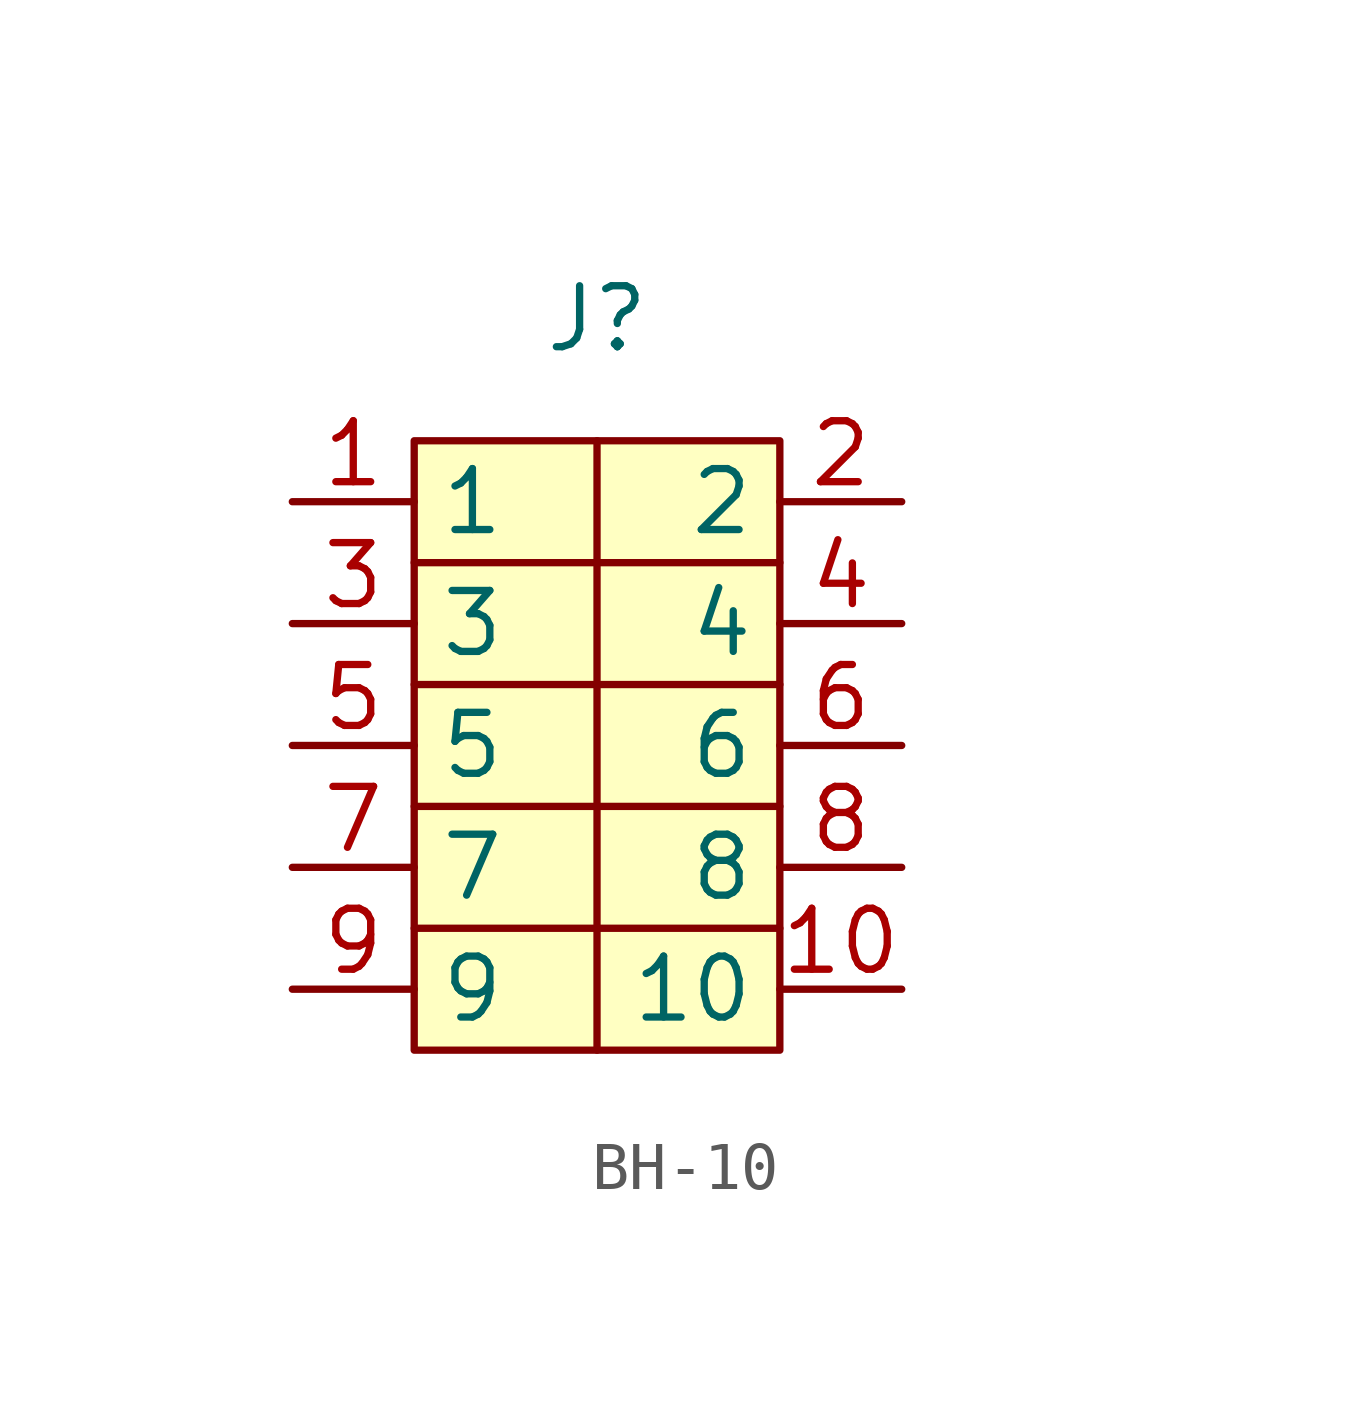
<source format=kicad_sym>
(kicad_symbol_lib
  (version 20220914)
  (generator kicad_symbol_editor)
  (symbol "BH-10"
    (property "Reference" "J"
      (at 0 6.35 0)
      (effects (font (size 1.27 1.27))))
    (property "Value" ""
      (at 10.16 0 0)
      (effects (font (size 1.27 1.27))))
    (symbol "BH-10_1_1"
      (rectangle (start -3.81 3.81) (end 3.81 -8.89) (stroke (width 0) (type default)) (fill (type background)))
      (polyline (pts (xy -3.81 -6.35) (xy 3.81 -6.35)) (stroke (width 0) (type default)) (fill (type none)))
      (polyline (pts (xy -3.81 -3.81) (xy 3.81 -3.81)) (stroke (width 0) (type default)) (fill (type none)))
      (polyline (pts (xy -3.81 -1.27) (xy 3.81 -1.27)) (stroke (width 0) (type default)) (fill (type none)))
      (polyline (pts (xy -3.81 1.27) (xy 3.81 1.27)) (stroke (width 0) (type default)) (fill (type none)))
      (polyline (pts (xy 0 3.81) (xy 0 -8.89)) (stroke (width 0) (type default)) (fill (type none)))
      (pin input line (at -6.35 2.54 0) (length 2.54) (name "1" (effects (font (size 1.27 1.27)))) (number "1" (effects (font (size 1.27 1.27)))))
      (pin input line (at 6.35 -7.62 180) (length 2.54) (name "10" (effects (font (size 1.27 1.27)))) (number "10" (effects (font (size 1.27 1.27)))))
      (pin input line (at 6.35 2.54 180) (length 2.54) (name "2" (effects (font (size 1.27 1.27)))) (number "2" (effects (font (size 1.27 1.27)))))
      (pin input line (at -6.35 0 0) (length 2.54) (name "3" (effects (font (size 1.27 1.27)))) (number "3" (effects (font (size 1.27 1.27)))))
      (pin input line (at 6.35 0 180) (length 2.54) (name "4" (effects (font (size 1.27 1.27)))) (number "4" (effects (font (size 1.27 1.27)))))
      (pin input line (at -6.35 -2.54 0) (length 2.54) (name "5" (effects (font (size 1.27 1.27)))) (number "5" (effects (font (size 1.27 1.27)))))
      (pin input line (at 6.35 -2.54 180) (length 2.54) (name "6" (effects (font (size 1.27 1.27)))) (number "6" (effects (font (size 1.27 1.27)))))
      (pin input line (at -6.35 -5.08 0) (length 2.54) (name "7" (effects (font (size 1.27 1.27)))) (number "7" (effects (font (size 1.27 1.27)))))
      (pin input line (at 6.35 -5.08 180) (length 2.54) (name "8" (effects (font (size 1.27 1.27)))) (number "8" (effects (font (size 1.27 1.27)))))
      (pin input line (at -6.35 -7.62 0) (length 2.54) (name "9" (effects (font (size 1.27 1.27)))) (number "9" (effects (font (size 1.27 1.27))))))))
</source>
